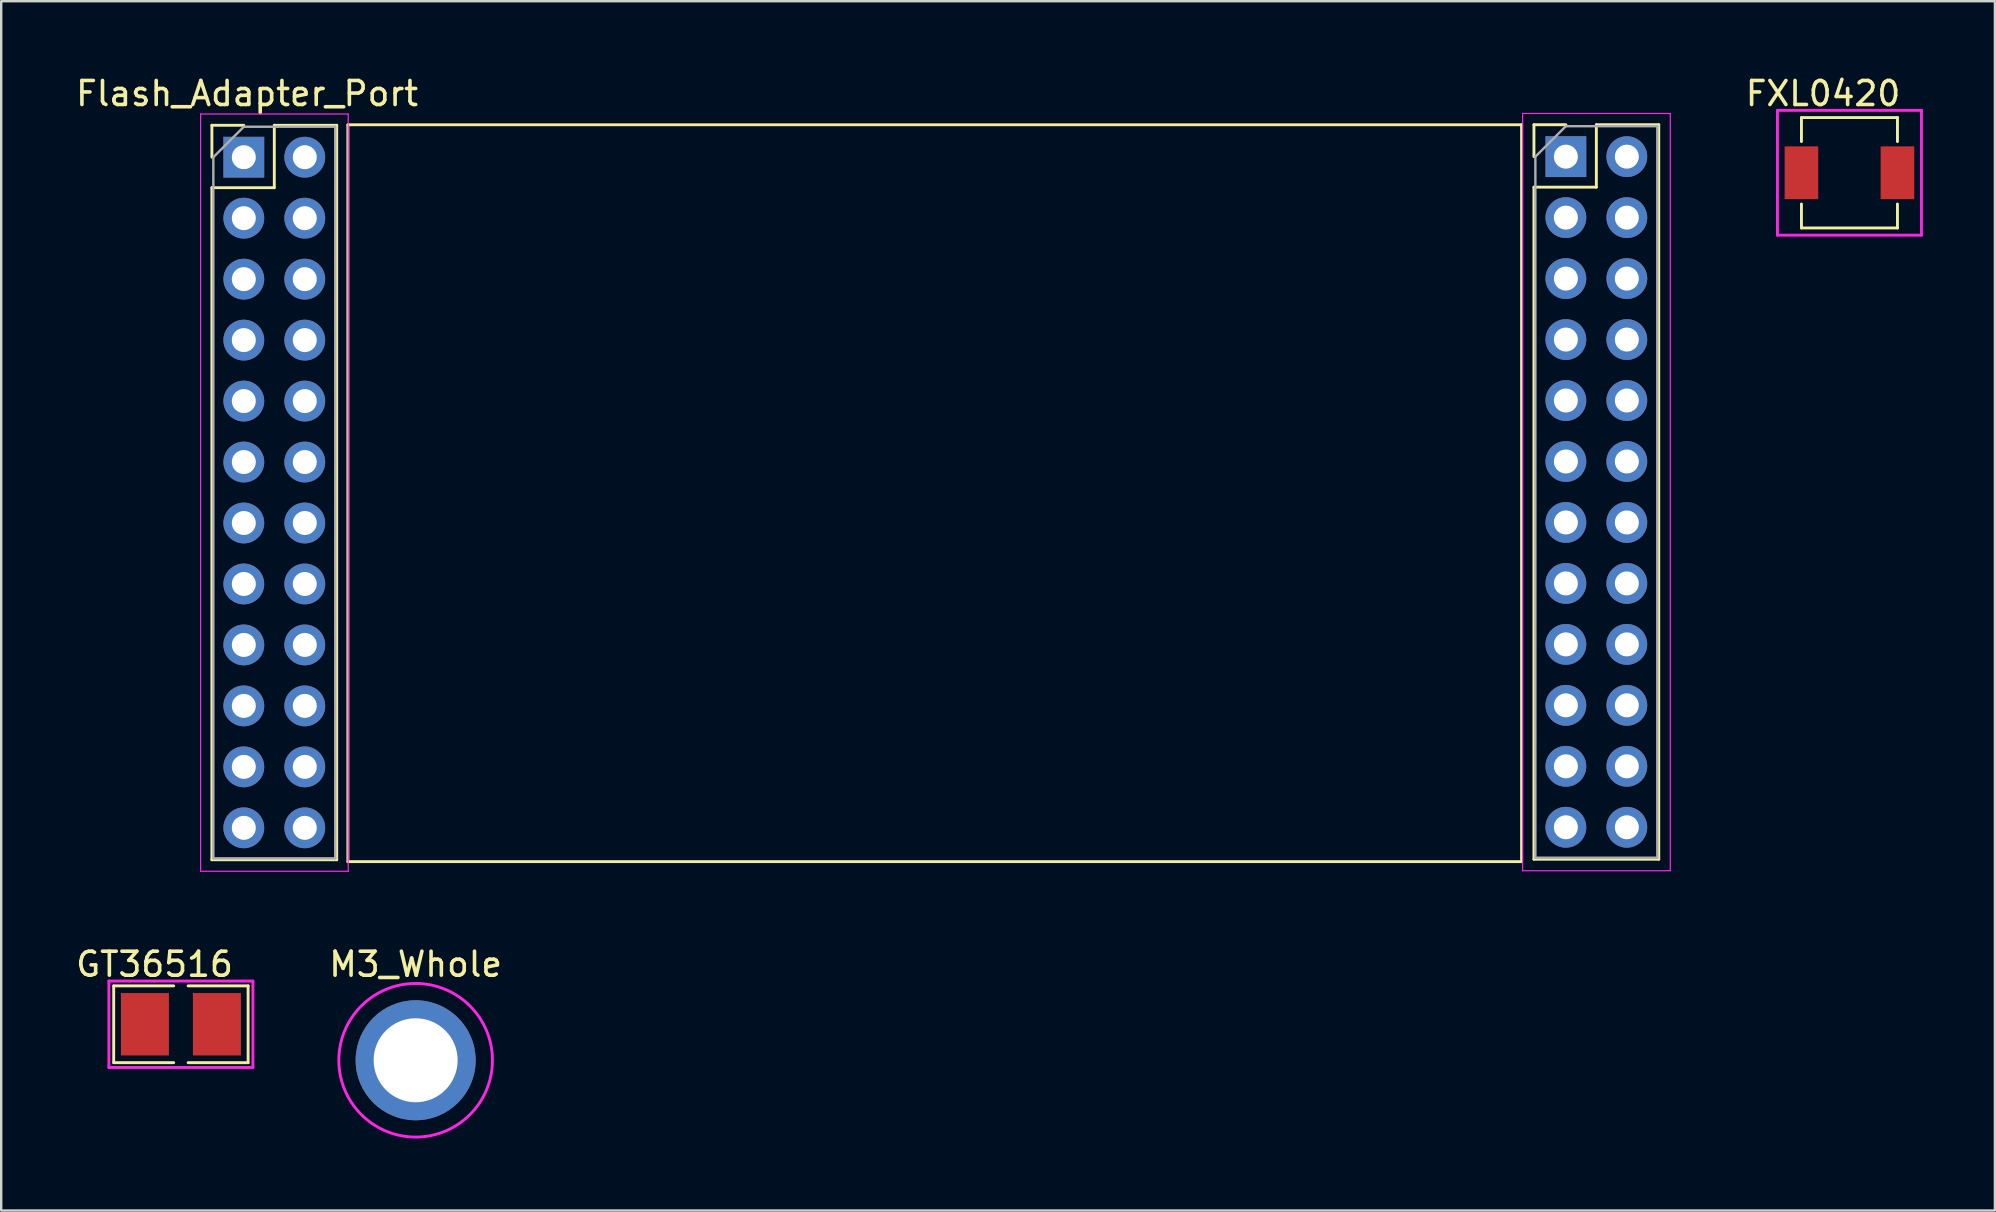
<source format=kicad_pcb>
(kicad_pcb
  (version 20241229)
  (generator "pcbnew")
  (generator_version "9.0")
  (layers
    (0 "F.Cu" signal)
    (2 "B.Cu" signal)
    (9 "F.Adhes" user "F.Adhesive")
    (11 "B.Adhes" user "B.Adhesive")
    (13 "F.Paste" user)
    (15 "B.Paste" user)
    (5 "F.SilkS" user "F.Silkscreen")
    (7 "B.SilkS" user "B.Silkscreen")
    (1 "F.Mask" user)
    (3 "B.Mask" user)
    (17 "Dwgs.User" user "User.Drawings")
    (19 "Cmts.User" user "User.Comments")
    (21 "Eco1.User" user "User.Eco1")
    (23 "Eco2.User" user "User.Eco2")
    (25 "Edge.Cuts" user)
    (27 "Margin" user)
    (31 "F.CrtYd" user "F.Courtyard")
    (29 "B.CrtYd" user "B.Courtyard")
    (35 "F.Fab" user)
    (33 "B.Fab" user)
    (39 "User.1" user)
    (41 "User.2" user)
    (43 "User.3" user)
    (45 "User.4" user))
  (footprint "FXL0420"
    (layer "F.Cu")
    (at 74.004 4.148)
    (property "Reference" "FXL0420" (at -1.1 -3.3 0) (layer "F.SilkS") (effects (font (size 1 1) (thickness 0.15))))
    (attr through_hole)
    (fp_line (start -2 -2.3) (end -2 -1.3) (stroke (width 0.12) (type solid)) (layer "F.SilkS"))
    (fp_line (start -2 -2.3) (end 2 -2.3) (stroke (width 0.12) (type solid)) (layer "F.SilkS"))
    (fp_line (start -2 1.3) (end -2 2.3) (stroke (width 0.12) (type solid)) (layer "F.SilkS"))
    (fp_line (start -2 2.3) (end 2 2.3) (stroke (width 0.12) (type solid)) (layer "F.SilkS"))
    (fp_line (start 2 -2.3) (end 2 -1.3) (stroke (width 0.12) (type solid)) (layer "F.SilkS"))
    (fp_line (start 2 2.3) (end 2 1.3) (stroke (width 0.12) (type solid)) (layer "F.SilkS"))
    (fp_line (start -3 -2.6) (end 3 -2.6) (stroke (width 0.12) (type solid)) (layer "F.CrtYd"))
    (fp_line (start -3 2.6) (end -3 -2.6) (stroke (width 0.12) (type solid)) (layer "F.CrtYd"))
    (fp_line (start 3 -2.6) (end 3 2.6) (stroke (width 0.12) (type solid)) (layer "F.CrtYd"))
    (fp_line (start 3 2.6) (end -3 2.6) (stroke (width 0.12) (type solid)) (layer "F.CrtYd"))
    (pad "1" smd rect (at 2 0) (size 1.4 2.2) (layers "F.Cu" "F.Mask" "F.Paste"))
    (pad "2" smd rect (at -2 0) (size 1.4 2.2) (layers "F.Cu" "F.Mask" "F.Paste")))
  (footprint "Flash_Adapter_Port"
    (layer "F.Cu")
    (at 35.844 17.448)
    (property "Reference" "Flash_Adapter_Port" (at -28.6 -16.6 0) (layer "F.SilkS") (effects (font (size 1 1) (thickness 0.15))))
    (attr through_hole)
    (fp_line (start -30.066 -15.278) (end -28.736 -15.278) (stroke (width 0.12) (type solid)) (layer "F.SilkS"))
    (fp_line (start -30.066 -13.948) (end -30.066 -15.278) (stroke (width 0.12) (type solid)) (layer "F.SilkS"))
    (fp_line (start -30.066 -12.678) (end -30.066 15.322) (stroke (width 0.12) (type solid)) (layer "F.SilkS"))
    (fp_line (start -30.066 -12.678) (end -27.466 -12.678) (stroke (width 0.12) (type solid)) (layer "F.SilkS"))
    (fp_line (start -30.066 15.322) (end -24.866 15.322) (stroke (width 0.12) (type solid)) (layer "F.SilkS"))
    (fp_line (start -27.466 -15.278) (end -24.866 -15.278) (stroke (width 0.12) (type solid)) (layer "F.SilkS"))
    (fp_line (start -27.466 -12.678) (end -27.466 -15.278) (stroke (width 0.12) (type solid)) (layer "F.SilkS"))
    (fp_line (start -24.866 -15.278) (end -24.866 15.322) (stroke (width 0.12) (type solid)) (layer "F.SilkS"))
    (fp_line (start -24.4 -15.3) (end -24.4 15.4) (stroke (width 0.12) (type solid)) (layer "F.SilkS"))
    (fp_line (start -24.4 -15.3) (end 24.5 -15.3) (stroke (width 0.12) (type solid)) (layer "F.SilkS"))
    (fp_line (start -24.4 15.4) (end 24.5 15.4) (stroke (width 0.12) (type solid)) (layer "F.SilkS"))
    (fp_line (start 24.5 -15.3) (end 24.5 15.4) (stroke (width 0.12) (type solid)) (layer "F.SilkS"))
    (fp_line (start 25.015 -15.301) (end 26.345 -15.301) (stroke (width 0.12) (type solid)) (layer "F.SilkS"))
    (fp_line (start 25.015 -13.971) (end 25.015 -15.301) (stroke (width 0.12) (type solid)) (layer "F.SilkS"))
    (fp_line (start 25.015 -12.701) (end 25.015 15.299) (stroke (width 0.12) (type solid)) (layer "F.SilkS"))
    (fp_line (start 25.015 -12.701) (end 27.615 -12.701) (stroke (width 0.12) (type solid)) (layer "F.SilkS"))
    (fp_line (start 25.015 15.299) (end 30.215 15.299) (stroke (width 0.12) (type solid)) (layer "F.SilkS"))
    (fp_line (start 27.615 -15.301) (end 30.215 -15.301) (stroke (width 0.12) (type solid)) (layer "F.SilkS"))
    (fp_line (start 27.615 -12.701) (end 27.615 -15.301) (stroke (width 0.12) (type solid)) (layer "F.SilkS"))
    (fp_line (start 30.215 -15.301) (end 30.215 15.299) (stroke (width 0.12) (type solid)) (layer "F.SilkS"))
    (fp_line (start -30.536 -15.748) (end -30.536 15.802) (stroke (width 0.05) (type solid)) (layer "F.CrtYd"))
    (fp_line (start -30.536 15.802) (end -24.386 15.802) (stroke (width 0.05) (type solid)) (layer "F.CrtYd"))
    (fp_line (start -24.386 -15.748) (end -30.536 -15.748) (stroke (width 0.05) (type solid)) (layer "F.CrtYd"))
    (fp_line (start -24.386 15.802) (end -24.386 -15.748) (stroke (width 0.05) (type solid)) (layer "F.CrtYd"))
    (fp_line (start 24.545 -15.771) (end 24.545 15.779) (stroke (width 0.05) (type solid)) (layer "F.CrtYd"))
    (fp_line (start 24.545 15.779) (end 30.695 15.779) (stroke (width 0.05) (type solid)) (layer "F.CrtYd"))
    (fp_line (start 30.695 -15.771) (end 24.545 -15.771) (stroke (width 0.05) (type solid)) (layer "F.CrtYd"))
    (fp_line (start 30.695 15.779) (end 30.695 -15.771) (stroke (width 0.05) (type solid)) (layer "F.CrtYd"))
    (fp_line (start -30.006 -13.948) (end -28.736 -15.218) (stroke (width 0.1) (type solid)) (layer "F.Fab"))
    (fp_line (start -30.006 15.262) (end -30.006 -13.948) (stroke (width 0.1) (type solid)) (layer "F.Fab"))
    (fp_line (start -28.736 -15.218) (end -24.926 -15.218) (stroke (width 0.1) (type solid)) (layer "F.Fab"))
    (fp_line (start -24.926 -15.218) (end -24.926 15.262) (stroke (width 0.1) (type solid)) (layer "F.Fab"))
    (fp_line (start -24.926 15.262) (end -30.006 15.262) (stroke (width 0.1) (type solid)) (layer "F.Fab"))
    (fp_line (start 25.075 -13.971) (end 26.345 -15.241) (stroke (width 0.1) (type solid)) (layer "F.Fab"))
    (fp_line (start 25.075 15.239) (end 25.075 -13.971) (stroke (width 0.1) (type solid)) (layer "F.Fab"))
    (fp_line (start 26.345 -15.241) (end 30.155 -15.241) (stroke (width 0.1) (type solid)) (layer "F.Fab"))
    (fp_line (start 30.155 -15.241) (end 30.155 15.239) (stroke (width 0.1) (type solid)) (layer "F.Fab"))
    (fp_line (start 30.155 15.239) (end 25.075 15.239) (stroke (width 0.1) (type solid)) (layer "F.Fab"))
    (pad "1" thru_hole rect (at -28.736 -13.948) (size 1.7 1.7) (drill 1) (layers "*.Cu" "*.Mask"))
    (pad "2" thru_hole oval (at -26.196 -13.948) (size 1.7 1.7) (drill 1) (layers "*.Cu" "*.Mask"))
    (pad "3" thru_hole oval (at -28.736 -11.408) (size 1.7 1.7) (drill 1) (layers "*.Cu" "*.Mask"))
    (pad "4" thru_hole oval (at -26.196 -11.408) (size 1.7 1.7) (drill 1) (layers "*.Cu" "*.Mask"))
    (pad "5" thru_hole oval (at -28.736 -8.868) (size 1.7 1.7) (drill 1) (layers "*.Cu" "*.Mask"))
    (pad "6" thru_hole oval (at -26.196 -8.868) (size 1.7 1.7) (drill 1) (layers "*.Cu" "*.Mask"))
    (pad "7" thru_hole oval (at -28.736 -6.328) (size 1.7 1.7) (drill 1) (layers "*.Cu" "*.Mask"))
    (pad "8" thru_hole oval (at -26.196 -6.328) (size 1.7 1.7) (drill 1) (layers "*.Cu" "*.Mask"))
    (pad "9" thru_hole oval (at -28.736 -3.788) (size 1.7 1.7) (drill 1) (layers "*.Cu" "*.Mask"))
    (pad "10" thru_hole oval (at -26.196 -3.788) (size 1.7 1.7) (drill 1) (layers "*.Cu" "*.Mask"))
    (pad "11" thru_hole oval (at -28.736 -1.248) (size 1.7 1.7) (drill 1) (layers "*.Cu" "*.Mask"))
    (pad "12" thru_hole oval (at -26.196 -1.248) (size 1.7 1.7) (drill 1) (layers "*.Cu" "*.Mask"))
    (pad "13" thru_hole oval (at -28.736 1.292) (size 1.7 1.7) (drill 1) (layers "*.Cu" "*.Mask"))
    (pad "14" thru_hole oval (at -26.196 1.292) (size 1.7 1.7) (drill 1) (layers "*.Cu" "*.Mask"))
    (pad "15" thru_hole oval (at -28.736 3.832) (size 1.7 1.7) (drill 1) (layers "*.Cu" "*.Mask"))
    (pad "16" thru_hole oval (at -26.196 3.832) (size 1.7 1.7) (drill 1) (layers "*.Cu" "*.Mask"))
    (pad "17" thru_hole oval (at -28.736 6.372) (size 1.7 1.7) (drill 1) (layers "*.Cu" "*.Mask"))
    (pad "18" thru_hole oval (at -26.196 6.372) (size 1.7 1.7) (drill 1) (layers "*.Cu" "*.Mask"))
    (pad "19" thru_hole oval (at -28.736 8.912) (size 1.7 1.7) (drill 1) (layers "*.Cu" "*.Mask"))
    (pad "20" thru_hole oval (at -26.196 8.912) (size 1.7 1.7) (drill 1) (layers "*.Cu" "*.Mask"))
    (pad "21" thru_hole oval (at -28.736 11.452) (size 1.7 1.7) (drill 1) (layers "*.Cu" "*.Mask"))
    (pad "22" thru_hole oval (at -26.196 11.452) (size 1.7 1.7) (drill 1) (layers "*.Cu" "*.Mask"))
    (pad "23" thru_hole oval (at -28.736 13.992) (size 1.7 1.7) (drill 1) (layers "*.Cu" "*.Mask"))
    (pad "24" thru_hole oval (at -26.196 13.992) (size 1.7 1.7) (drill 1) (layers "*.Cu" "*.Mask"))
    (pad "25" thru_hole rect (at 26.345 -13.971) (size 1.7 1.7) (drill 1) (layers "*.Cu" "*.Mask"))
    (pad "26" thru_hole oval (at 28.885 -13.971) (size 1.7 1.7) (drill 1) (layers "*.Cu" "*.Mask"))
    (pad "27" thru_hole oval (at 26.345 -11.431) (size 1.7 1.7) (drill 1) (layers "*.Cu" "*.Mask"))
    (pad "28" thru_hole oval (at 28.885 -11.431) (size 1.7 1.7) (drill 1) (layers "*.Cu" "*.Mask"))
    (pad "29" thru_hole oval (at 26.345 -8.891) (size 1.7 1.7) (drill 1) (layers "*.Cu" "*.Mask"))
    (pad "30" thru_hole oval (at 28.885 -8.891) (size 1.7 1.7) (drill 1) (layers "*.Cu" "*.Mask"))
    (pad "31" thru_hole oval (at 26.345 -6.351) (size 1.7 1.7) (drill 1) (layers "*.Cu" "*.Mask"))
    (pad "32" thru_hole oval (at 28.885 -6.351) (size 1.7 1.7) (drill 1) (layers "*.Cu" "*.Mask"))
    (pad "33" thru_hole oval (at 26.345 -3.811) (size 1.7 1.7) (drill 1) (layers "*.Cu" "*.Mask"))
    (pad "34" thru_hole oval (at 28.885 -3.811) (size 1.7 1.7) (drill 1) (layers "*.Cu" "*.Mask"))
    (pad "35" thru_hole oval (at 26.345 -1.271) (size 1.7 1.7) (drill 1) (layers "*.Cu" "*.Mask"))
    (pad "36" thru_hole oval (at 28.885 -1.271) (size 1.7 1.7) (drill 1) (layers "*.Cu" "*.Mask"))
    (pad "37" thru_hole oval (at 26.345 1.269) (size 1.7 1.7) (drill 1) (layers "*.Cu" "*.Mask"))
    (pad "38" thru_hole oval (at 28.885 1.269) (size 1.7 1.7) (drill 1) (layers "*.Cu" "*.Mask"))
    (pad "39" thru_hole oval (at 26.345 3.809) (size 1.7 1.7) (drill 1) (layers "*.Cu" "*.Mask"))
    (pad "40" thru_hole oval (at 28.885 3.809) (size 1.7 1.7) (drill 1) (layers "*.Cu" "*.Mask"))
    (pad "41" thru_hole oval (at 26.345 6.349) (size 1.7 1.7) (drill 1) (layers "*.Cu" "*.Mask"))
    (pad "42" thru_hole oval (at 28.885 6.349) (size 1.7 1.7) (drill 1) (layers "*.Cu" "*.Mask"))
    (pad "43" thru_hole oval (at 26.345 8.889) (size 1.7 1.7) (drill 1) (layers "*.Cu" "*.Mask"))
    (pad "44" thru_hole oval (at 28.885 8.889) (size 1.7 1.7) (drill 1) (layers "*.Cu" "*.Mask"))
    (pad "45" thru_hole oval (at 26.345 11.429) (size 1.7 1.7) (drill 1) (layers "*.Cu" "*.Mask"))
    (pad "46" thru_hole oval (at 28.885 11.429) (size 1.7 1.7) (drill 1) (layers "*.Cu" "*.Mask"))
    (pad "47" thru_hole oval (at 26.345 13.969) (size 1.7 1.7) (drill 1) (layers "*.Cu" "*.Mask"))
    (pad "48" thru_hole oval (at 28.885 13.969) (size 1.7 1.7) (drill 1) (layers "*.Cu" "*.Mask")))
  (footprint "GT36516"
    (layer "F.Cu")
    (at 4.487 39.624)
    (property "Reference" "GT36516" (at -1.1 -2.5 0) (layer "F.SilkS") (effects (font (size 1 1) (thickness 0.15))))
    (attr through_hole)
    (fp_line (start -2.8 -1.6) (end -2.8 1.6) (stroke (width 0.12) (type solid)) (layer "F.SilkS"))
    (fp_line (start -2.8 -1.6) (end -0.3 -1.6) (stroke (width 0.12) (type solid)) (layer "F.SilkS"))
    (fp_line (start -2.8 1.6) (end -0.3 1.6) (stroke (width 0.12) (type solid)) (layer "F.SilkS"))
    (fp_line (start 0.3 -1.6) (end 2.8 -1.6) (stroke (width 0.12) (type solid)) (layer "F.SilkS"))
    (fp_line (start 0.3 1.6) (end 2.8 1.6) (stroke (width 0.12) (type solid)) (layer "F.SilkS"))
    (fp_line (start 2.8 -1.6) (end 2.8 1.6) (stroke (width 0.12) (type solid)) (layer "F.SilkS"))
    (fp_line (start -3 -1.8) (end -3 1.8) (stroke (width 0.12) (type solid)) (layer "F.CrtYd"))
    (fp_line (start -3 -1.8) (end 3 -1.8) (stroke (width 0.12) (type solid)) (layer "F.CrtYd"))
    (fp_line (start -3 1.8) (end 3 1.8) (stroke (width 0.12) (type solid)) (layer "F.CrtYd"))
    (fp_line (start 3 -1.8) (end 3 1.8) (stroke (width 0.12) (type solid)) (layer "F.CrtYd"))
    (pad "1" smd rect (at -1.5 0) (size 2 2.6) (layers "F.Cu" "F.Mask" "F.Paste"))
    (pad "2" smd rect (at 1.5 0) (size 2 2.6) (layers "F.Cu" "F.Mask" "F.Paste")))
  (footprint "M3_Whole"
    (layer "F.Cu")
    (at 14.267 41.124)
    (property "Reference" "M3_Whole" (at 0 -4 0) (layer "F.SilkS") (effects (font (size 1 1) (thickness 0.15))))
    (attr through_hole)
    (fp_circle (center 0 0) (end 3.2 0) (stroke (width 0.12) (type solid)) (fill no) (layer "F.CrtYd"))
    (pad "1" thru_hole circle (at 0 0) (size 5 5) (drill 3.5) (layers "*.Cu" "*.Mask")))
  (gr_rect
    (start -3 -3)
    (end 80.064 47.384)
    (stroke (width 0.1) (type default))
    (fill no)
    (layer "Edge.Cuts")))
</source>
